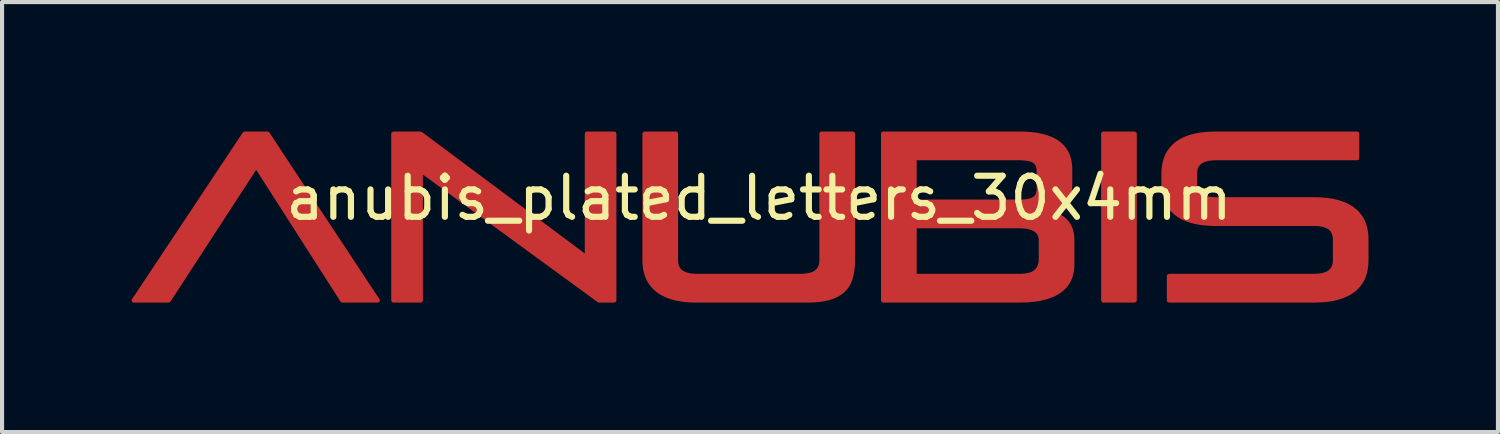
<source format=kicad_pcb>
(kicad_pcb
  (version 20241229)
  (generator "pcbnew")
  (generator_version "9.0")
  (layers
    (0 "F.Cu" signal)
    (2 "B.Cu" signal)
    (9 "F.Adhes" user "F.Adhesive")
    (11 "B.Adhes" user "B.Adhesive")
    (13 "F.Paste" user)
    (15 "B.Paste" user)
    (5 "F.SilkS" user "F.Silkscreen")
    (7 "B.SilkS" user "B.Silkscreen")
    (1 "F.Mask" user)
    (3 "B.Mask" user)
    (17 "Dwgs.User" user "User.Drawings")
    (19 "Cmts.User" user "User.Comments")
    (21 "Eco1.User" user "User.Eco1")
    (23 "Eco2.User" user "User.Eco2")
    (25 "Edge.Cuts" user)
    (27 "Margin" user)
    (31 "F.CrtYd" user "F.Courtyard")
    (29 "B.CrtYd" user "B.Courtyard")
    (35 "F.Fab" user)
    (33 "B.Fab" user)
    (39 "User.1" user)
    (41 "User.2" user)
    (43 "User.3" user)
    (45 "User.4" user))
  (footprint "anubis_plated_letters_30x4mm"
    (layer "F.Cu")
    (at 15.418 2.271)
    (property "Reference" "anubis_plated_letters_30x4mm" (at 0 -0.5 0) (unlocked yes) (layer "F.SilkS") (effects (font (size 1 1) (thickness 0.15))))
    (attr smd)
    (fp_poly (pts (xy 9.144 1.992) (xy 8.376 1.992) (xy 8.376 -2.071) (xy 9.144 -2.071)) (stroke (width 0.4) (type solid)) (fill yes) (layer "F.Mask"))
    (fp_poly (pts (xy -9.273 1.992) (xy -10.139 1.992) (xy -12.234 -1.28) (xy -14.363 1.992) (xy -15.218 1.992) (xy -12.517 -2.071) (xy -11.957 -2.071)) (stroke (width 0.4) (type solid)) (fill yes) (layer "F.Mask"))
    (fp_poly (pts (xy -4.188 0.947) (xy -4.188 -2.071) (xy -3.519 -2.071) (xy -3.519 1.992) (xy -3.894 1.992) (xy -8.228 -1.171) (xy -8.228 1.992) (xy -8.898 1.992) (xy -8.898 -2.071) (xy -8.234 -2.071)) (stroke (width 0.4) (type solid)) (fill yes) (layer "F.Mask"))
    (fp_poly (pts (xy -2.018 1.017) (xy -2.016 1.061) (xy -2.014 1.082) (xy -2.011 1.102) (xy -2.006 1.122) (xy -2.001 1.141) (xy -1.995 1.16) (xy -1.988 1.177) (xy -1.979 1.195) (xy -1.97 1.211) (xy -1.96 1.227) (xy -1.949 1.242) (xy -1.937 1.256) (xy -1.924 1.27) (xy -1.909 1.283) (xy -1.894 1.295) (xy -1.878 1.307) (xy -1.861 1.317) (xy -1.843 1.328) (xy -1.823 1.337) (xy -1.803 1.346) (xy -1.782 1.354) (xy -1.736 1.367) (xy -1.686 1.378) (xy -1.632 1.386) (xy -1.573 1.39) (xy -1.51 1.392) (xy 1.012 1.392) (xy 1.044 1.391) (xy 1.074 1.39) (xy 1.104 1.388) (xy 1.133 1.386) (xy 1.161 1.382) (xy 1.187 1.378) (xy 1.213 1.373) (xy 1.237 1.367) (xy 1.261 1.361) (xy 1.283 1.354) (xy 1.304 1.346) (xy 1.325 1.337) (xy 1.344 1.328) (xy 1.362 1.317) (xy 1.379 1.307) (xy 1.395 1.295) (xy 1.411 1.283) (xy 1.425 1.27) (xy 1.438 1.256) (xy 1.45 1.242) (xy 1.461 1.227) (xy 1.472 1.211) (xy 1.481 1.195) (xy 1.489 1.177) (xy 1.496 1.16) (xy 1.502 1.141) (xy 1.508 1.122) (xy 1.512 1.102) (xy 1.515 1.082) (xy 1.518 1.061) (xy 1.519 1.039) (xy 1.52 1.017) (xy 1.52 -2.071) (xy 2.287 -2.071) (xy 2.287 1.011) (xy 2.285 1.118) (xy 2.277 1.22) (xy 2.263 1.318) (xy 2.243 1.41) (xy 2.23 1.454) (xy 2.215 1.497) (xy 2.198 1.538) (xy 2.178 1.577) (xy 2.156 1.615) (xy 2.132 1.652) (xy 2.106 1.687) (xy 2.077 1.72) (xy 2.045 1.751) (xy 2.01 1.781) (xy 1.972 1.809) (xy 1.932 1.835) (xy 1.888 1.859) (xy 1.841 1.882) (xy 1.791 1.902) (xy 1.737 1.921) (xy 1.68 1.937) (xy 1.619 1.951) (xy 1.555 1.964) (xy 1.486 1.974) (xy 1.414 1.982) (xy 1.338 1.987) (xy 1.258 1.991) (xy 1.173 1.992) (xy -1.51 1.992) (xy -1.595 1.991) (xy -1.677 1.987) (xy -1.755 1.982) (xy -1.83 1.974) (xy -1.902 1.964) (xy -1.971 1.951) (xy -2.037 1.937) (xy -2.099 1.921) (xy -2.159 1.902) (xy -2.215 1.882) (xy -2.269 1.859) (xy -2.32 1.835) (xy -2.368 1.809) (xy -2.413 1.781) (xy -2.455 1.751) (xy -2.494 1.72) (xy -2.531 1.687) (xy -2.565 1.652) (xy -2.597 1.615) (xy -2.626 1.577) (xy -2.652 1.538) (xy -2.676 1.497) (xy -2.698 1.454) (xy -2.716 1.41) (xy -2.733 1.365) (xy -2.747 1.318) (xy -2.759 1.27) (xy -2.769 1.22) (xy -2.776 1.17) (xy -2.782 1.118) (xy -2.785 1.065) (xy -2.786 1.011) (xy -2.786 -2.071) (xy -2.018 -2.071)) (stroke (width 0.4) (type solid)) (fill yes) (layer "F.Mask"))
    (fp_poly (pts (xy 6.41 -2.07) (xy 6.49 -2.067) (xy 6.566 -2.062) (xy 6.639 -2.056) (xy 6.709 -2.047) (xy 6.777 -2.037) (xy 6.841 -2.024) (xy 6.902 -2.01) (xy 6.96 -1.995) (xy 7.015 -1.977) (xy 7.068 -1.958) (xy 7.117 -1.937) (xy 7.164 -1.914) (xy 7.208 -1.89) (xy 7.249 -1.864) (xy 7.288 -1.836) (xy 7.324 -1.807) (xy 7.358 -1.776) (xy 7.388 -1.744) (xy 7.417 -1.71) (xy 7.443 -1.675) (xy 7.466 -1.638) (xy 7.487 -1.599) (xy 7.506 -1.56) (xy 7.522 -1.519) (xy 7.536 -1.476) (xy 7.548 -1.432) (xy 7.557 -1.387) (xy 7.564 -1.341) (xy 7.57 -1.293) (xy 7.573 -1.244) (xy 7.574 -1.194) (xy 7.574 -0.819) (xy 7.573 -0.786) (xy 7.572 -0.754) (xy 7.569 -0.722) (xy 7.565 -0.691) (xy 7.56 -0.661) (xy 7.554 -0.631) (xy 7.547 -0.601) (xy 7.54 -0.573) (xy 7.531 -0.545) (xy 7.521 -0.518) (xy 7.51 -0.491) (xy 7.498 -0.466) (xy 7.486 -0.441) (xy 7.472 -0.417) (xy 7.458 -0.393) (xy 7.442 -0.371) (xy 7.426 -0.349) (xy 7.409 -0.328) (xy 7.392 -0.309) (xy 7.373 -0.29) (xy 7.354 -0.272) (xy 7.334 -0.255) (xy 7.313 -0.239) (xy 7.291 -0.224) (xy 7.269 -0.21) (xy 7.246 -0.197) (xy 7.223 -0.185) (xy 7.198 -0.175) (xy 7.173 -0.165) (xy 7.148 -0.157) (xy 7.122 -0.149) (xy 7.095 -0.143) (xy 7.151 -0.127) (xy 7.205 -0.108) (xy 7.257 -0.086) (xy 7.307 -0.061) (xy 7.353 -0.033) (xy 7.397 -0.001) (xy 7.418 0.015) (xy 7.438 0.033) (xy 7.457 0.052) (xy 7.475 0.071) (xy 7.492 0.092) (xy 7.509 0.113) (xy 7.524 0.136) (xy 7.538 0.159) (xy 7.552 0.183) (xy 7.564 0.209) (xy 7.576 0.235) (xy 7.586 0.262) (xy 7.595 0.291) (xy 7.603 0.32) (xy 7.61 0.351) (xy 7.615 0.382) (xy 7.62 0.415) (xy 7.623 0.449) (xy 7.625 0.484) (xy 7.626 0.52) (xy 7.626 1.115) (xy 7.622 1.201) (xy 7.612 1.285) (xy 7.593 1.367) (xy 7.566 1.447) (xy 7.53 1.523) (xy 7.508 1.559) (xy 7.483 1.595) (xy 7.456 1.63) (xy 7.427 1.663) (xy 7.394 1.695) (xy 7.359 1.726) (xy 7.321 1.756) (xy 7.279 1.784) (xy 7.235 1.811) (xy 7.187 1.836) (xy 7.136 1.86) (xy 7.082 1.881) (xy 7.025 1.902) (xy 6.963 1.92) (xy 6.899 1.936) (xy 6.83 1.951) (xy 6.758 1.963) (xy 6.682 1.973) (xy 6.519 1.987) (xy 6.339 1.992) (xy 3.02 1.992) (xy 3.02 1.392) (xy 3.788 1.392) (xy 6.339 1.392) (xy 6.395 1.391) (xy 6.449 1.387) (xy 6.5 1.381) (xy 6.549 1.372) (xy 6.572 1.367) (xy 6.595 1.36) (xy 6.617 1.353) (xy 6.637 1.345) (xy 6.658 1.336) (xy 6.677 1.327) (xy 6.696 1.316) (xy 6.713 1.304) (xy 6.73 1.292) (xy 6.746 1.278) (xy 6.761 1.264) (xy 6.774 1.248) (xy 6.787 1.232) (xy 6.799 1.214) (xy 6.81 1.195) (xy 6.82 1.175) (xy 6.829 1.154) (xy 6.836 1.131) (xy 6.843 1.108) (xy 6.848 1.083) (xy 6.853 1.057) (xy 6.856 1.029) (xy 6.858 1.001) (xy 6.858 0.97) (xy 6.858 0.532) (xy 6.858 0.508) (xy 6.856 0.486) (xy 6.853 0.465) (xy 6.848 0.444) (xy 6.843 0.424) (xy 6.836 0.406) (xy 6.829 0.388) (xy 6.82 0.371) (xy 6.81 0.354) (xy 6.799 0.339) (xy 6.787 0.324) (xy 6.774 0.311) (xy 6.761 0.298) (xy 6.746 0.285) (xy 6.73 0.274) (xy 6.713 0.263) (xy 6.696 0.253) (xy 6.677 0.244) (xy 6.637 0.228) (xy 6.595 0.215) (xy 6.549 0.204) (xy 6.5 0.196) (xy 6.449 0.19) (xy 6.395 0.187) (xy 6.339 0.185) (xy 3.788 0.185) (xy 3.788 1.392) (xy 3.02 1.392) (xy 3.02 -0.415) (xy 3.788 -0.415) (xy 6.327 -0.415) (xy 6.392 -0.416) (xy 6.422 -0.417) (xy 6.451 -0.419) (xy 6.478 -0.422) (xy 6.504 -0.425) (xy 6.529 -0.428) (xy 6.553 -0.433) (xy 6.576 -0.438) (xy 6.597 -0.443) (xy 6.617 -0.449) (xy 6.636 -0.456) (xy 6.654 -0.463) (xy 6.671 -0.471) (xy 6.686 -0.48) (xy 6.701 -0.489) (xy 6.714 -0.499) (xy 6.727 -0.51) (xy 6.738 -0.521) (xy 6.749 -0.533) (xy 6.759 -0.545) (xy 6.767 -0.559) (xy 6.775 -0.573) (xy 6.782 -0.588) (xy 6.788 -0.603) (xy 6.793 -0.619) (xy 6.797 -0.636) (xy 6.8 -0.654) (xy 6.803 -0.672) (xy 6.805 -0.692) (xy 6.806 -0.711) (xy 6.806 -0.732) (xy 6.806 -1.153) (xy 6.805 -1.194) (xy 6.8 -1.232) (xy 6.793 -1.266) (xy 6.788 -1.283) (xy 6.782 -1.298) (xy 6.775 -1.313) (xy 6.767 -1.327) (xy 6.759 -1.34) (xy 6.749 -1.353) (xy 6.738 -1.365) (xy 6.727 -1.376) (xy 6.714 -1.387) (xy 6.701 -1.397) (xy 6.686 -1.406) (xy 6.671 -1.414) (xy 6.654 -1.422) (xy 6.636 -1.43) (xy 6.597 -1.443) (xy 6.553 -1.453) (xy 6.504 -1.461) (xy 6.451 -1.466) (xy 6.392 -1.47) (xy 6.327 -1.471) (xy 3.788 -1.471) (xy 3.788 -0.415) (xy 3.02 -0.415) (xy 3.02 -2.071) (xy 6.327 -2.071)) (stroke (width 0.4) (type solid)) (fill yes) (layer "F.Mask"))
    (fp_poly (pts (xy 14.557 -1.471) (xy 11.117 -1.471) (xy 11.086 -1.471) (xy 11.055 -1.469) (xy 11.025 -1.467) (xy 10.996 -1.465) (xy 10.969 -1.461) (xy 10.942 -1.457) (xy 10.916 -1.452) (xy 10.892 -1.446) (xy 10.869 -1.44) (xy 10.846 -1.433) (xy 10.825 -1.425) (xy 10.805 -1.416) (xy 10.785 -1.407) (xy 10.767 -1.397) (xy 10.75 -1.386) (xy 10.734 -1.374) (xy 10.718 -1.362) (xy 10.704 -1.349) (xy 10.691 -1.335) (xy 10.679 -1.321) (xy 10.668 -1.306) (xy 10.658 -1.29) (xy 10.648 -1.274) (xy 10.64 -1.257) (xy 10.633 -1.239) (xy 10.627 -1.22) (xy 10.622 -1.201) (xy 10.617 -1.181) (xy 10.614 -1.161) (xy 10.611 -1.14) (xy 10.61 -1.118) (xy 10.61 -1.096) (xy 10.61 -0.848) (xy 10.611 -0.803) (xy 10.614 -0.782) (xy 10.617 -0.762) (xy 10.622 -0.742) (xy 10.627 -0.723) (xy 10.633 -0.705) (xy 10.64 -0.687) (xy 10.648 -0.67) (xy 10.658 -0.653) (xy 10.668 -0.637) (xy 10.679 -0.622) (xy 10.691 -0.608) (xy 10.704 -0.594) (xy 10.718 -0.581) (xy 10.734 -0.569) (xy 10.75 -0.558) (xy 10.767 -0.547) (xy 10.785 -0.537) (xy 10.805 -0.527) (xy 10.825 -0.519) (xy 10.846 -0.511) (xy 10.892 -0.497) (xy 10.942 -0.486) (xy 10.996 -0.479) (xy 11.055 -0.474) (xy 11.117 -0.472) (xy 13.507 -0.472) (xy 13.592 -0.471) (xy 13.673 -0.468) (xy 13.752 -0.462) (xy 13.827 -0.454) (xy 13.899 -0.444) (xy 13.967 -0.432) (xy 14.033 -0.418) (xy 14.096 -0.401) (xy 14.155 -0.383) (xy 14.212 -0.362) (xy 14.266 -0.34) (xy 14.316 -0.316) (xy 14.364 -0.29) (xy 14.409 -0.262) (xy 14.451 -0.232) (xy 14.491 -0.2) (xy 14.528 -0.167) (xy 14.562 -0.132) (xy 14.593 -0.096) (xy 14.622 -0.058) (xy 14.649 -0.018) (xy 14.673 0.023) (xy 14.694 0.065) (xy 14.713 0.109) (xy 14.73 0.155) (xy 14.744 0.202) (xy 14.756 0.25) (xy 14.765 0.299) (xy 14.773 0.35) (xy 14.778 0.402) (xy 14.781 0.455) (xy 14.782 0.509) (xy 14.782 1.011) (xy 14.778 1.118) (xy 14.765 1.22) (xy 14.744 1.318) (xy 14.73 1.365) (xy 14.713 1.41) (xy 14.694 1.454) (xy 14.673 1.497) (xy 14.649 1.538) (xy 14.622 1.577) (xy 14.593 1.615) (xy 14.562 1.652) (xy 14.528 1.687) (xy 14.491 1.72) (xy 14.451 1.751) (xy 14.409 1.781) (xy 14.364 1.809) (xy 14.316 1.835) (xy 14.265 1.859) (xy 14.212 1.882) (xy 14.155 1.902) (xy 14.096 1.921) (xy 14.033 1.937) (xy 13.967 1.951) (xy 13.899 1.964) (xy 13.827 1.974) (xy 13.673 1.987) (xy 13.507 1.992) (xy 9.975 1.992) (xy 9.975 1.392) (xy 13.507 1.392) (xy 13.539 1.391) (xy 13.57 1.39) (xy 13.599 1.388) (xy 13.628 1.386) (xy 13.656 1.382) (xy 13.682 1.378) (xy 13.708 1.373) (xy 13.732 1.367) (xy 13.756 1.361) (xy 13.778 1.354) (xy 13.799 1.346) (xy 13.82 1.337) (xy 13.839 1.328) (xy 13.857 1.317) (xy 13.874 1.307) (xy 13.891 1.295) (xy 13.906 1.283) (xy 13.92 1.27) (xy 13.933 1.256) (xy 13.945 1.242) (xy 13.957 1.227) (xy 13.967 1.211) (xy 13.976 1.195) (xy 13.984 1.177) (xy 13.991 1.16) (xy 13.998 1.141) (xy 14.003 1.122) (xy 14.007 1.102) (xy 14.01 1.082) (xy 14.013 1.061) (xy 14.014 1.039) (xy 14.015 1.017) (xy 14.015 0.503) (xy 14.013 0.459) (xy 14.01 0.438) (xy 14.007 0.417) (xy 14.003 0.397) (xy 13.998 0.378) (xy 13.991 0.36) (xy 13.984 0.342) (xy 13.976 0.325) (xy 13.967 0.308) (xy 13.957 0.293) (xy 13.945 0.278) (xy 13.933 0.263) (xy 13.92 0.25) (xy 13.906 0.237) (xy 13.891 0.224) (xy 13.874 0.213) (xy 13.857 0.202) (xy 13.839 0.192) (xy 13.82 0.183) (xy 13.799 0.174) (xy 13.778 0.166) (xy 13.732 0.152) (xy 13.682 0.142) (xy 13.628 0.134) (xy 13.57 0.129) (xy 13.507 0.128) (xy 11.117 0.128) (xy 11.033 0.127) (xy 10.951 0.123) (xy 10.873 0.117) (xy 10.798 0.11) (xy 10.726 0.099) (xy 10.657 0.087) (xy 10.591 0.073) (xy 10.529 0.056) (xy 10.469 0.038) (xy 10.412 0.018) (xy 10.359 -0.005) (xy 10.308 -0.029) (xy 10.26 -0.055) (xy 10.215 -0.083) (xy 10.173 -0.113) (xy 10.133 -0.144) (xy 10.097 -0.177) (xy 10.063 -0.212) (xy 10.031 -0.249) (xy 10.002 -0.287) (xy 9.976 -0.326) (xy 9.952 -0.368) (xy 9.93 -0.41) (xy 9.911 -0.454) (xy 9.895 -0.5) (xy 9.881 -0.546) (xy 9.869 -0.594) (xy 9.859 -0.644) (xy 9.851 -0.694) (xy 9.846 -0.746) (xy 9.843 -0.799) (xy 9.842 -0.853) (xy 9.842 -1.09) (xy 9.846 -1.197) (xy 9.859 -1.3) (xy 9.881 -1.397) (xy 9.895 -1.444) (xy 9.911 -1.489) (xy 9.93 -1.533) (xy 9.952 -1.576) (xy 9.976 -1.617) (xy 10.002 -1.657) (xy 10.031 -1.695) (xy 10.063 -1.731) (xy 10.097 -1.766) (xy 10.133 -1.799) (xy 10.173 -1.831) (xy 10.215 -1.86) (xy 10.26 -1.888) (xy 10.308 -1.914) (xy 10.359 -1.939) (xy 10.412 -1.961) (xy 10.469 -1.981) (xy 10.529 -2) (xy 10.591 -2.016) (xy 10.657 -2.031) (xy 10.726 -2.043) (xy 10.798 -2.053) (xy 10.951 -2.067) (xy 11.117 -2.071) (xy 14.557 -2.071)) (stroke (width 0.4) (type solid)) (fill yes) (layer "F.Mask"))
    (pad "1" smd custom (at -12.2 -1.6) (size 0.5 0.5) (layers "F.Cu" "F.Mask") (options (anchor circle)) (primitives (gr_poly (pts (xy 2.927 3.592) (xy 2.061 3.592) (xy -0.034 0.32) (xy -2.163 3.592) (xy -3.018 3.592) (xy -0.317 -0.471) (xy 0.243 -0.471)) (width 0.1) (fill yes))))
    (pad "1" smd custom (at -8.6 -1.6) (size 0.5 0.5) (layers "F.Cu" "F.Mask") (options (anchor circle)) (primitives (gr_poly (pts (xy 4.412 2.547) (xy 4.412 -0.471) (xy 5.081 -0.471) (xy 5.081 3.592) (xy 4.706 3.592) (xy 0.372 0.429) (xy 0.372 3.592) (xy -0.298 3.592) (xy -0.298 -0.471) (xy 0.366 -0.471)) (width 0.1) (fill yes))))
    (pad "1" smd custom (at -2.4 -0.2) (size 0.5 0.5) (layers "F.Cu" "F.Mask") (options (anchor circle)) (primitives (gr_poly (pts (xy 0.382 1.217) (xy 0.384 1.261) (xy 0.386 1.282) (xy 0.389 1.302) (xy 0.394 1.322) (xy 0.399 1.341) (xy 0.405 1.36) (xy 0.412 1.377) (xy 0.421 1.395) (xy 0.43 1.411) (xy 0.44 1.427) (xy 0.451 1.442) (xy 0.463 1.456) (xy 0.476 1.47) (xy 0.491 1.483) (xy 0.506 1.495) (xy 0.522 1.507) (xy 0.539 1.517) (xy 0.557 1.528) (xy 0.577 1.537) (xy 0.597 1.546) (xy 0.618 1.554) (xy 0.664 1.567) (xy 0.714 1.578) (xy 0.768 1.586) (xy 0.827 1.59) (xy 0.89 1.592) (xy 3.412 1.592) (xy 3.444 1.591) (xy 3.474 1.59) (xy 3.504 1.588) (xy 3.533 1.586) (xy 3.561 1.582) (xy 3.587 1.578) (xy 3.613 1.573) (xy 3.637 1.567) (xy 3.661 1.561) (xy 3.683 1.554) (xy 3.704 1.546) (xy 3.725 1.537) (xy 3.744 1.528) (xy 3.762 1.517) (xy 3.779 1.507) (xy 3.795 1.495) (xy 3.811 1.483) (xy 3.825 1.47) (xy 3.838 1.456) (xy 3.85 1.442) (xy 3.861 1.427) (xy 3.872 1.411) (xy 3.881 1.395) (xy 3.889 1.377) (xy 3.896 1.36) (xy 3.902 1.341) (xy 3.908 1.322) (xy 3.912 1.302) (xy 3.915 1.282) (xy 3.918 1.261) (xy 3.919 1.239) (xy 3.92 1.217) (xy 3.92 -1.871) (xy 4.687 -1.871) (xy 4.687 1.211) (xy 4.685 1.318) (xy 4.677 1.42) (xy 4.663 1.518) (xy 4.643 1.61) (xy 4.63 1.654) (xy 4.615 1.697) (xy 4.598 1.738) (xy 4.578 1.777) (xy 4.556 1.815) (xy 4.532 1.852) (xy 4.506 1.887) (xy 4.477 1.92) (xy 4.445 1.951) (xy 4.41 1.981) (xy 4.372 2.009) (xy 4.332 2.035) (xy 4.288 2.059) (xy 4.241 2.082) (xy 4.191 2.102) (xy 4.137 2.121) (xy 4.08 2.137) (xy 4.019 2.151) (xy 3.955 2.164) (xy 3.886 2.174) (xy 3.814 2.182) (xy 3.738 2.187) (xy 3.658 2.191) (xy 3.573 2.192) (xy 0.89 2.192) (xy 0.805 2.191) (xy 0.723 2.187) (xy 0.645 2.182) (xy 0.57 2.174) (xy 0.498 2.164) (xy 0.429 2.151) (xy 0.363 2.137) (xy 0.301 2.121) (xy 0.241 2.102) (xy 0.185 2.082) (xy 0.131 2.059) (xy 0.08 2.035) (xy 0.032 2.009) (xy -0.013 1.981) (xy -0.055 1.951) (xy -0.094 1.92) (xy -0.131 1.887) (xy -0.165 1.852) (xy -0.197 1.815) (xy -0.226 1.777) (xy -0.252 1.738) (xy -0.276 1.697) (xy -0.298 1.654) (xy -0.316 1.61) (xy -0.333 1.565) (xy -0.347 1.518) (xy -0.359 1.47) (xy -0.369 1.42) (xy -0.376 1.37) (xy -0.382 1.318) (xy -0.385 1.265) (xy -0.386 1.211) (xy -0.386 -1.871) (xy 0.382 -1.871)) (width 0.1) (fill yes))))
    (pad "1" smd custom (at 3.6 0) (size 0.5 0.5) (layers "F.Cu" "F.Mask") (options (anchor circle)) (primitives (gr_poly (pts (xy 2.81 -2.07) (xy 2.89 -2.067) (xy 2.966 -2.062) (xy 3.039 -2.056) (xy 3.109 -2.047) (xy 3.177 -2.037) (xy 3.241 -2.024) (xy 3.302 -2.01) (xy 3.36 -1.995) (xy 3.415 -1.977) (xy 3.468 -1.958) (xy 3.517 -1.937) (xy 3.564 -1.914) (xy 3.608 -1.89) (xy 3.649 -1.864) (xy 3.688 -1.836) (xy 3.724 -1.807) (xy 3.758 -1.776) (xy 3.788 -1.744) (xy 3.817 -1.71) (xy 3.843 -1.675) (xy 3.866 -1.638) (xy 3.887 -1.599) (xy 3.906 -1.56) (xy 3.922 -1.519) (xy 3.936 -1.476) (xy 3.948 -1.432) (xy 3.957 -1.387) (xy 3.964 -1.341) (xy 3.97 -1.293) (xy 3.973 -1.244) (xy 3.974 -1.194) (xy 3.974 -0.819) (xy 3.973 -0.786) (xy 3.972 -0.754) (xy 3.969 -0.722) (xy 3.965 -0.691) (xy 3.96 -0.661) (xy 3.954 -0.631) (xy 3.947 -0.601) (xy 3.94 -0.573) (xy 3.931 -0.545) (xy 3.921 -0.518) (xy 3.91 -0.491) (xy 3.898 -0.466) (xy 3.886 -0.441) (xy 3.872 -0.417) (xy 3.858 -0.393) (xy 3.842 -0.371) (xy 3.826 -0.349) (xy 3.809 -0.328) (xy 3.792 -0.309) (xy 3.773 -0.29) (xy 3.754 -0.272) (xy 3.734 -0.255) (xy 3.713 -0.239) (xy 3.691 -0.224) (xy 3.669 -0.21) (xy 3.646 -0.197) (xy 3.623 -0.185) (xy 3.598 -0.175) (xy 3.573 -0.165) (xy 3.548 -0.157) (xy 3.522 -0.149) (xy 3.495 -0.143) (xy 3.551 -0.127) (xy 3.605 -0.108) (xy 3.657 -0.086) (xy 3.707 -0.061) (xy 3.753 -0.033) (xy 3.797 -0.001) (xy 3.818 0.015) (xy 3.838 0.033) (xy 3.857 0.052) (xy 3.875 0.071) (xy 3.892 0.092) (xy 3.909 0.113) (xy 3.924 0.136) (xy 3.938 0.159) (xy 3.952 0.183) (xy 3.964 0.209) (xy 3.976 0.235) (xy 3.986 0.262) (xy 3.995 0.291) (xy 4.003 0.32) (xy 4.01 0.351) (xy 4.015 0.382) (xy 4.02 0.415) (xy 4.023 0.449) (xy 4.025 0.484) (xy 4.026 0.52) (xy 4.026 1.115) (xy 4.022 1.201) (xy 4.012 1.285) (xy 3.993 1.367) (xy 3.966 1.447) (xy 3.93 1.523) (xy 3.908 1.559) (xy 3.883 1.595) (xy 3.856 1.63) (xy 3.827 1.663) (xy 3.794 1.695) (xy 3.759 1.726) (xy 3.721 1.756) (xy 3.679 1.784) (xy 3.635 1.811) (xy 3.587 1.836) (xy 3.536 1.86) (xy 3.482 1.881) (xy 3.425 1.902) (xy 3.363 1.92) (xy 3.299 1.936) (xy 3.23 1.951) (xy 3.158 1.963) (xy 3.082 1.973) (xy 2.919 1.987) (xy 2.739 1.992) (xy -0.58 1.992) (xy -0.58 1.392) (xy 0.188 1.392) (xy 2.739 1.392) (xy 2.795 1.391) (xy 2.849 1.387) (xy 2.9 1.381) (xy 2.949 1.372) (xy 2.972 1.367) (xy 2.995 1.36) (xy 3.017 1.353) (xy 3.037 1.345) (xy 3.058 1.336) (xy 3.077 1.327) (xy 3.096 1.316) (xy 3.113 1.304) (xy 3.13 1.292) (xy 3.146 1.278) (xy 3.161 1.264) (xy 3.174 1.248) (xy 3.187 1.232) (xy 3.199 1.214) (xy 3.21 1.195) (xy 3.22 1.175) (xy 3.229 1.154) (xy 3.236 1.131) (xy 3.243 1.108) (xy 3.248 1.083) (xy 3.253 1.057) (xy 3.256 1.029) (xy 3.258 1.001) (xy 3.258 0.97) (xy 3.258 0.532) (xy 3.258 0.508) (xy 3.256 0.486) (xy 3.253 0.465) (xy 3.248 0.444) (xy 3.243 0.424) (xy 3.236 0.406) (xy 3.229 0.388) (xy 3.22 0.371) (xy 3.21 0.354) (xy 3.199 0.339) (xy 3.187 0.324) (xy 3.174 0.311) (xy 3.161 0.298) (xy 3.146 0.285) (xy 3.13 0.274) (xy 3.113 0.263) (xy 3.096 0.253) (xy 3.077 0.244) (xy 3.037 0.228) (xy 2.995 0.215) (xy 2.949 0.204) (xy 2.9 0.196) (xy 2.849 0.19) (xy 2.795 0.187) (xy 2.739 0.185) (xy 0.188 0.185) (xy 0.188 1.392) (xy -0.58 1.392) (xy -0.58 -0.415) (xy 0.188 -0.415) (xy 2.727 -0.415) (xy 2.792 -0.416) (xy 2.822 -0.417) (xy 2.851 -0.419) (xy 2.878 -0.422) (xy 2.904 -0.425) (xy 2.929 -0.428) (xy 2.953 -0.433) (xy 2.976 -0.438) (xy 2.997 -0.443) (xy 3.017 -0.449) (xy 3.036 -0.456) (xy 3.054 -0.463) (xy 3.071 -0.471) (xy 3.086 -0.48) (xy 3.101 -0.489) (xy 3.114 -0.499) (xy 3.127 -0.51) (xy 3.138 -0.521) (xy 3.149 -0.533) (xy 3.159 -0.545) (xy 3.167 -0.559) (xy 3.175 -0.573) (xy 3.182 -0.588) (xy 3.188 -0.603) (xy 3.193 -0.619) (xy 3.197 -0.636) (xy 3.2 -0.654) (xy 3.203 -0.672) (xy 3.205 -0.692) (xy 3.206 -0.711) (xy 3.206 -0.732) (xy 3.206 -1.153) (xy 3.205 -1.194) (xy 3.2 -1.232) (xy 3.193 -1.266) (xy 3.188 -1.283) (xy 3.182 -1.298) (xy 3.175 -1.313) (xy 3.167 -1.327) (xy 3.159 -1.34) (xy 3.149 -1.353) (xy 3.138 -1.365) (xy 3.127 -1.376) (xy 3.114 -1.387) (xy 3.101 -1.397) (xy 3.086 -1.406) (xy 3.071 -1.414) (xy 3.054 -1.422) (xy 3.036 -1.43) (xy 2.997 -1.443) (xy 2.953 -1.453) (xy 2.904 -1.461) (xy 2.851 -1.466) (xy 2.792 -1.47) (xy 2.727 -1.471) (xy 0.188 -1.471) (xy 0.188 -0.415) (xy -0.58 -0.415) (xy -0.58 -2.071) (xy 2.727 -2.071)) (width 0.1) (fill yes))))
    (pad "1" smd custom (at 8.8 0.052) (size 0.5 0.5) (layers "F.Cu" "F.Mask") (options (anchor circle)) (primitives (gr_poly (pts (xy 0.344 1.94) (xy -0.424 1.94) (xy -0.424 -2.123) (xy 0.344 -2.123)) (width 0.1) (fill yes))))
    (pad "1" smd custom (at 14.4 0.8) (size 0.5 0.5) (layers "F.Cu" "F.Mask") (options (anchor circle)) (primitives (gr_poly (pts (xy 0.157 -2.271) (xy -3.283 -2.271) (xy -3.314 -2.271) (xy -3.345 -2.269) (xy -3.375 -2.267) (xy -3.404 -2.265) (xy -3.431 -2.261) (xy -3.458 -2.257) (xy -3.484 -2.252) (xy -3.508 -2.246) (xy -3.531 -2.24) (xy -3.554 -2.233) (xy -3.575 -2.225) (xy -3.595 -2.216) (xy -3.615 -2.207) (xy -3.633 -2.197) (xy -3.65 -2.186) (xy -3.666 -2.174) (xy -3.682 -2.162) (xy -3.696 -2.149) (xy -3.709 -2.135) (xy -3.721 -2.121) (xy -3.732 -2.106) (xy -3.742 -2.09) (xy -3.752 -2.074) (xy -3.76 -2.057) (xy -3.767 -2.039) (xy -3.773 -2.02) (xy -3.778 -2.001) (xy -3.783 -1.981) (xy -3.786 -1.961) (xy -3.789 -1.94) (xy -3.79 -1.918) (xy -3.79 -1.896) (xy -3.79 -1.648) (xy -3.789 -1.603) (xy -3.786 -1.582) (xy -3.783 -1.562) (xy -3.778 -1.542) (xy -3.773 -1.523) (xy -3.767 -1.505) (xy -3.76 -1.487) (xy -3.752 -1.47) (xy -3.742 -1.453) (xy -3.732 -1.437) (xy -3.721 -1.422) (xy -3.709 -1.408) (xy -3.696 -1.394) (xy -3.682 -1.381) (xy -3.666 -1.369) (xy -3.65 -1.358) (xy -3.633 -1.347) (xy -3.615 -1.337) (xy -3.595 -1.327) (xy -3.575 -1.319) (xy -3.554 -1.311) (xy -3.508 -1.297) (xy -3.458 -1.286) (xy -3.404 -1.279) (xy -3.345 -1.274) (xy -3.283 -1.272) (xy -0.893 -1.272) (xy -0.808 -1.271) (xy -0.727 -1.268) (xy -0.648 -1.262) (xy -0.573 -1.254) (xy -0.501 -1.244) (xy -0.433 -1.232) (xy -0.367 -1.218) (xy -0.304 -1.201) (xy -0.245 -1.183) (xy -0.188 -1.162) (xy -0.134 -1.14) (xy -0.084 -1.116) (xy -0.036 -1.09) (xy 0.009 -1.062) (xy 0.051 -1.032) (xy 0.091 -1) (xy 0.128 -0.967) (xy 0.162 -0.932) (xy 0.193 -0.896) (xy 0.222 -0.858) (xy 0.249 -0.818) (xy 0.273 -0.777) (xy 0.294 -0.735) (xy 0.313 -0.691) (xy 0.33 -0.645) (xy 0.344 -0.598) (xy 0.356 -0.55) (xy 0.365 -0.501) (xy 0.373 -0.45) (xy 0.378 -0.398) (xy 0.381 -0.345) (xy 0.382 -0.291) (xy 0.382 0.211) (xy 0.378 0.318) (xy 0.365 0.42) (xy 0.344 0.518) (xy 0.33 0.565) (xy 0.313 0.61) (xy 0.294 0.654) (xy 0.273 0.697) (xy 0.249 0.738) (xy 0.222 0.777) (xy 0.193 0.815) (xy 0.162 0.852) (xy 0.128 0.887) (xy 0.091 0.92) (xy 0.051 0.951) (xy 0.009 0.981) (xy -0.036 1.009) (xy -0.084 1.035) (xy -0.135 1.059) (xy -0.188 1.082) (xy -0.245 1.102) (xy -0.304 1.121) (xy -0.367 1.137) (xy -0.433 1.151) (xy -0.501 1.164) (xy -0.573 1.174) (xy -0.727 1.187) (xy -0.893 1.192) (xy -4.425 1.192) (xy -4.425 0.592) (xy -0.893 0.592) (xy -0.861 0.591) (xy -0.83 0.59) (xy -0.801 0.588) (xy -0.772 0.586) (xy -0.744 0.582) (xy -0.718 0.578) (xy -0.692 0.573) (xy -0.668 0.567) (xy -0.644 0.561) (xy -0.622 0.554) (xy -0.601 0.546) (xy -0.58 0.537) (xy -0.561 0.528) (xy -0.543 0.517) (xy -0.526 0.507) (xy -0.509 0.495) (xy -0.494 0.483) (xy -0.48 0.47) (xy -0.467 0.456) (xy -0.455 0.442) (xy -0.443 0.427) (xy -0.433 0.411) (xy -0.424 0.395) (xy -0.416 0.377) (xy -0.409 0.36) (xy -0.402 0.341) (xy -0.397 0.322) (xy -0.393 0.302) (xy -0.39 0.282) (xy -0.387 0.261) (xy -0.386 0.239) (xy -0.385 0.217) (xy -0.385 -0.297) (xy -0.387 -0.341) (xy -0.39 -0.362) (xy -0.393 -0.383) (xy -0.397 -0.403) (xy -0.402 -0.422) (xy -0.409 -0.44) (xy -0.416 -0.458) (xy -0.424 -0.475) (xy -0.433 -0.492) (xy -0.443 -0.507) (xy -0.455 -0.522) (xy -0.467 -0.537) (xy -0.48 -0.55) (xy -0.494 -0.563) (xy -0.509 -0.576) (xy -0.526 -0.587) (xy -0.543 -0.598) (xy -0.561 -0.608) (xy -0.58 -0.617) (xy -0.601 -0.626) (xy -0.622 -0.634) (xy -0.668 -0.648) (xy -0.718 -0.658) (xy -0.772 -0.666) (xy -0.83 -0.671) (xy -0.893 -0.672) (xy -3.283 -0.672) (xy -3.367 -0.673) (xy -3.449 -0.677) (xy -3.527 -0.683) (xy -3.602 -0.69) (xy -3.674 -0.701) (xy -3.743 -0.713) (xy -3.809 -0.727) (xy -3.871 -0.744) (xy -3.931 -0.762) (xy -3.988 -0.782) (xy -4.041 -0.805) (xy -4.092 -0.829) (xy -4.14 -0.855) (xy -4.185 -0.883) (xy -4.227 -0.913) (xy -4.267 -0.944) (xy -4.303 -0.977) (xy -4.337 -1.012) (xy -4.369 -1.049) (xy -4.398 -1.087) (xy -4.424 -1.126) (xy -4.448 -1.168) (xy -4.47 -1.21) (xy -4.489 -1.254) (xy -4.505 -1.3) (xy -4.519 -1.346) (xy -4.531 -1.394) (xy -4.541 -1.444) (xy -4.549 -1.494) (xy -4.554 -1.546) (xy -4.557 -1.599) (xy -4.558 -1.653) (xy -4.558 -1.89) (xy -4.554 -1.997) (xy -4.541 -2.1) (xy -4.519 -2.197) (xy -4.505 -2.244) (xy -4.489 -2.289) (xy -4.47 -2.333) (xy -4.448 -2.376) (xy -4.424 -2.417) (xy -4.398 -2.457) (xy -4.369 -2.495) (xy -4.337 -2.531) (xy -4.303 -2.566) (xy -4.267 -2.599) (xy -4.227 -2.631) (xy -4.185 -2.66) (xy -4.14 -2.688) (xy -4.092 -2.714) (xy -4.041 -2.739) (xy -3.988 -2.761) (xy -3.931 -2.781) (xy -3.871 -2.8) (xy -3.809 -2.816) (xy -3.743 -2.831) (xy -3.674 -2.843) (xy -3.602 -2.853) (xy -3.449 -2.867) (xy -3.283 -2.871) (xy 0.157 -2.871)) (width 0.1) (fill yes)))))
  (gr_rect
    (start -3 -3)
    (end 33.4 7.463)
    (stroke (width 0.1) (type default))
    (fill no)
    (layer "Edge.Cuts")))
</source>
